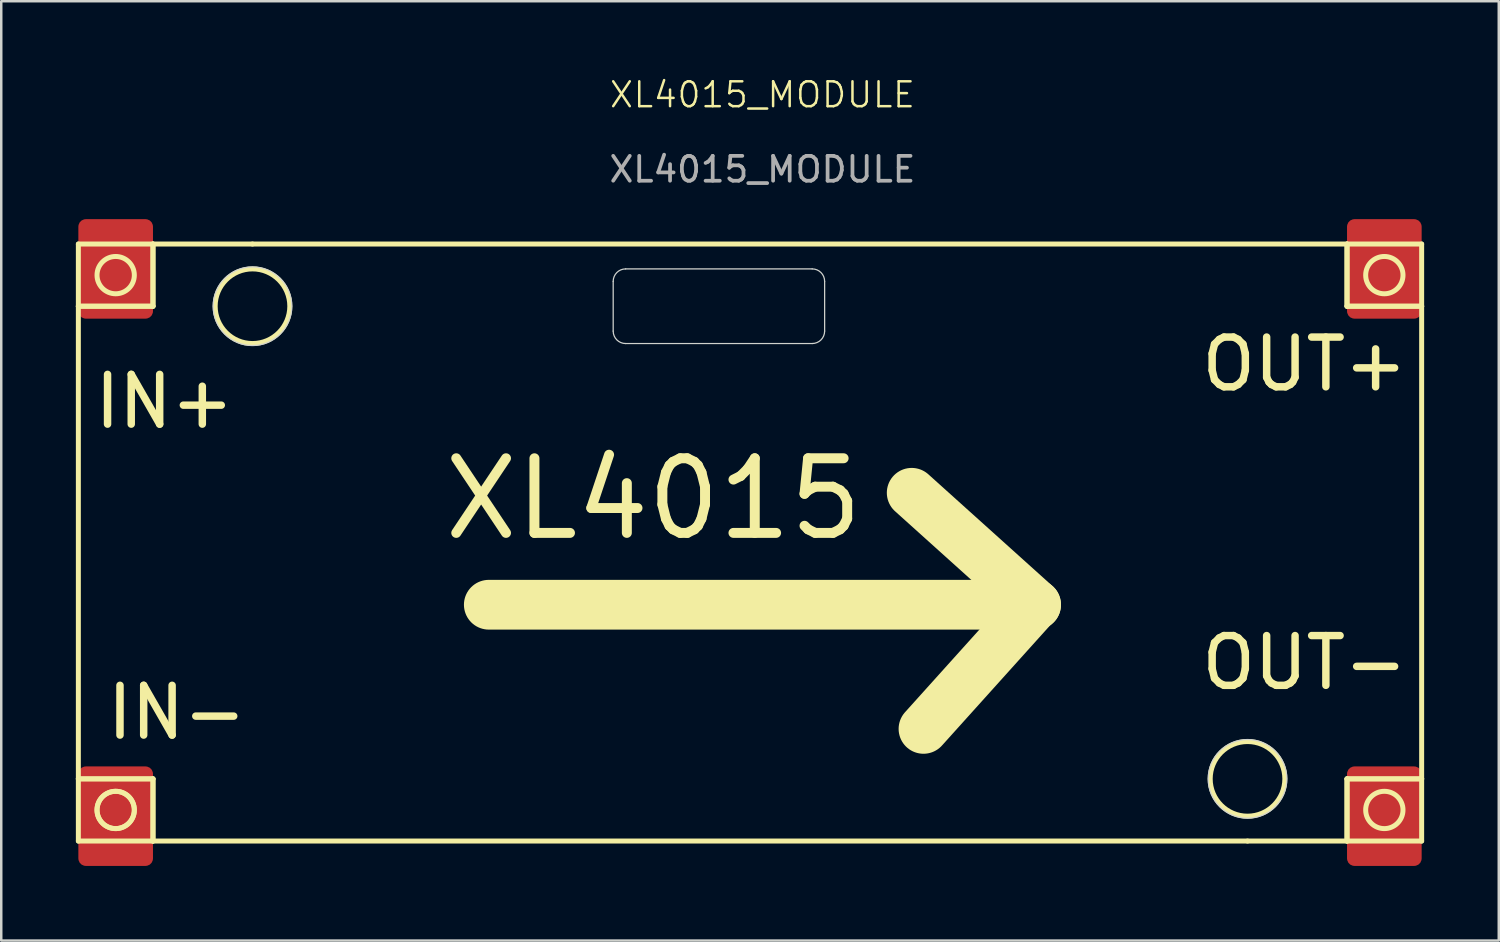
<source format=kicad_pcb>
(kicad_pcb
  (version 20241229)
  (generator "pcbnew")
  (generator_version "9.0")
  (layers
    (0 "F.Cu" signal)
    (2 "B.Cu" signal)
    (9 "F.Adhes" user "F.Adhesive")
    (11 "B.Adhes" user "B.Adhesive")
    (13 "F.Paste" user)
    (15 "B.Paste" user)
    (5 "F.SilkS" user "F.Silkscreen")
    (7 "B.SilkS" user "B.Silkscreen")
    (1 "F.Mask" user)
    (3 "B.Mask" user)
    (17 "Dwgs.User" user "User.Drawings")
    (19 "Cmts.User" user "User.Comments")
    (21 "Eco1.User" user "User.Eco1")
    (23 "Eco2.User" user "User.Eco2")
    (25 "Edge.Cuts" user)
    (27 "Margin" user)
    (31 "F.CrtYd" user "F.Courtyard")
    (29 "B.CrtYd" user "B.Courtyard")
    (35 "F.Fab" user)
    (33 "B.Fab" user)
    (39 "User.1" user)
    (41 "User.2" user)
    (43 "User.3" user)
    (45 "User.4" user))
  (footprint "XL4015_MODULE"
    (layer "F.Cu")
    (at 27.6 1.26)
    (property "Reference" "XL4015_MODULE" (at 0 -0.5 0) (unlocked yes) (layer "F.SilkS") (effects (font (size 1 1) (thickness 0.1))))
    (attr smd)
    (fp_line (start -27.5 5.5) (end -27.5 8) (stroke (width 0.2) (type default)) (layer "F.SilkS"))
    (fp_line (start -27.5 8) (end -27.5 27) (stroke (width 0.2) (type default)) (layer "F.SilkS"))
    (fp_line (start -27.5 8) (end -24.5 8) (stroke (width 0.2) (type default)) (layer "F.SilkS"))
    (fp_line (start -27.5 27) (end -27.5 29.5) (stroke (width 0.2) (type default)) (layer "F.SilkS"))
    (fp_line (start -27.5 27) (end -24.5 27) (stroke (width 0.2) (type default)) (layer "F.SilkS"))
    (fp_line (start -27.5 29.5) (end -24.5 29.5) (stroke (width 0.2) (type default)) (layer "F.SilkS"))
    (fp_line (start -24.5 5.5) (end -27.5 5.5) (stroke (width 0.2) (type default)) (layer "F.SilkS"))
    (fp_line (start -24.5 5.5) (end -24.5 8) (stroke (width 0.2) (type default)) (layer "F.SilkS"))
    (fp_line (start -24.5 8) (end -27.5 8) (stroke (width 0.2) (type default)) (layer "F.SilkS"))
    (fp_line (start -24.5 8) (end -24.5 5.5) (stroke (width 0.2) (type default)) (layer "F.SilkS"))
    (fp_line (start -24.5 27) (end -27.5 27) (stroke (width 0.2) (type default)) (layer "F.SilkS"))
    (fp_line (start -24.5 27) (end -24.5 29.5) (stroke (width 0.2) (type default)) (layer "F.SilkS"))
    (fp_line (start -24.5 29.5) (end -24.5 27) (stroke (width 0.2) (type default)) (layer "F.SilkS"))
    (fp_line (start -24.5 29.5) (end 19.5 29.5) (stroke (width 0.2) (type default)) (layer "F.SilkS"))
    (fp_line (start -20.5 5.5) (end -24.5 5.5) (stroke (width 0.2) (type default)) (layer "F.SilkS"))
    (fp_line (start -11 20) (end 11 20) (stroke (width 2) (type default)) (layer "F.SilkS"))
    (fp_line (start 6.474 24.991) (end 10.974 19.991) (stroke (width 2) (type default)) (layer "F.SilkS"))
    (fp_line (start 11 20) (end 6 15.5) (stroke (width 2) (type default)) (layer "F.SilkS"))
    (fp_line (start 19.5 29.5) (end 23.5 29.5) (stroke (width 0.2) (type default)) (layer "F.SilkS"))
    (fp_line (start 23.5 5.5) (end -20.5 5.5) (stroke (width 0.2) (type default)) (layer "F.SilkS"))
    (fp_line (start 23.5 5.5) (end 23.5 8) (stroke (width 0.2) (type default)) (layer "F.SilkS"))
    (fp_line (start 23.5 8) (end 23.5 5.5) (stroke (width 0.2) (type default)) (layer "F.SilkS"))
    (fp_line (start 23.5 8) (end 26.5 8) (stroke (width 0.2) (type default)) (layer "F.SilkS"))
    (fp_line (start 23.5 27) (end 23.5 29.5) (stroke (width 0.2) (type default)) (layer "F.SilkS"))
    (fp_line (start 23.5 27) (end 26.5 27) (stroke (width 0.2) (type default)) (layer "F.SilkS"))
    (fp_line (start 23.5 29.5) (end 23.5 27) (stroke (width 0.2) (type default)) (layer "F.SilkS"))
    (fp_line (start 23.5 29.5) (end 26.5 29.5) (stroke (width 0.2) (type default)) (layer "F.SilkS"))
    (fp_line (start 26.5 5.5) (end 23.5 5.5) (stroke (width 0.2) (type default)) (layer "F.SilkS"))
    (fp_line (start 26.5 8) (end 23.5 8) (stroke (width 0.2) (type default)) (layer "F.SilkS"))
    (fp_line (start 26.5 8) (end 26.5 5.5) (stroke (width 0.2) (type default)) (layer "F.SilkS"))
    (fp_line (start 26.5 27) (end 23.5 27) (stroke (width 0.2) (type default)) (layer "F.SilkS"))
    (fp_line (start 26.5 27) (end 26.5 8) (stroke (width 0.2) (type default)) (layer "F.SilkS"))
    (fp_line (start 26.5 29.5) (end 26.5 27) (stroke (width 0.2) (type default)) (layer "F.SilkS"))
    (fp_circle (center -26 6.75) (end -25.25 6.75) (stroke (width 0.2) (type default)) (fill no) (layer "F.SilkS"))
    (fp_circle (center -26 28.25) (end -25.25 28.25) (stroke (width 0.2) (type default)) (fill no) (layer "F.SilkS"))
    (fp_circle (center -26 28.25) (end -25.25 28.25) (stroke (width 0.2) (type default)) (fill no) (layer "F.SilkS"))
    (fp_circle (center -20.5 8) (end -19 8) (stroke (width 0.2) (type default)) (fill no) (layer "F.SilkS"))
    (fp_circle (center 19.5 27) (end 21 27) (stroke (width 0.2) (type default)) (fill no) (layer "F.SilkS"))
    (fp_circle (center 25 6.75) (end 25.75 6.75) (stroke (width 0.2) (type default)) (fill no) (layer "F.SilkS"))
    (fp_circle (center 25 28.25) (end 25.75 28.25) (stroke (width 0.2) (type default)) (fill no) (layer "F.SilkS"))
    (fp_line (start -6 9) (end -6 7) (stroke (width 0.05) (type default)) (layer "Edge.Cuts"))
    (fp_line (start -5.5 6.5) (end 2 6.5) (stroke (width 0.05) (type default)) (layer "Edge.Cuts"))
    (fp_line (start 2 9.5) (end -5.5 9.5) (stroke (width 0.05) (type default)) (layer "Edge.Cuts"))
    (fp_line (start 2.5 7) (end 2.5 9) (stroke (width 0.05) (type default)) (layer "Edge.Cuts"))
    (fp_arc (start -6 7) (mid -5.853553 6.646447) (end -5.5 6.5) (stroke (width 0.05) (type default)) (layer "Edge.Cuts"))
    (fp_arc (start -5.5 9.5) (mid -5.853553 9.353553) (end -6 9) (stroke (width 0.05) (type default)) (layer "Edge.Cuts"))
    (fp_arc (start 2 6.5) (mid 2.353553 6.646447) (end 2.5 7) (stroke (width 0.05) (type default)) (layer "Edge.Cuts"))
    (fp_arc (start 2.5 9) (mid 2.353553 9.353553) (end 2 9.5) (stroke (width 0.05) (type default)) (layer "Edge.Cuts"))
    (fp_circle (center -20.5 8) (end -19 8.5) (stroke (width 0.05) (type default)) (fill no) (layer "Edge.Cuts"))
    (fp_circle (center 19.5 27) (end 21 26.5) (stroke (width 0.05) (type default)) (fill no) (layer "Edge.Cuts"))
    (fp_text user "OUT+" (at 17.5 11.5 0) (unlocked yes) (layer "F.SilkS") (effects (font (size 2 2) (thickness 0.3)) (justify left bottom)))
    (fp_text user "OUT-" (at 17.5 23.5 0) (unlocked yes) (layer "F.SilkS") (effects (font (size 2 2) (thickness 0.3)) (justify left bottom)))
    (fp_text user "IN-" (at -26.5 25.5 0) (unlocked yes) (layer "F.SilkS") (effects (font (size 2 2) (thickness 0.3)) (justify left bottom)))
    (fp_text user "XL4015" (at -13 17.5 0) (unlocked yes) (layer "F.SilkS") (effects (font (size 3 3) (thickness 0.4)) (justify left bottom)))
    (fp_text user "IN+" (at -27 13 0) (unlocked yes) (layer "F.SilkS") (effects (font (size 2 2) (thickness 0.3)) (justify left bottom)))
    (fp_text user "${REFERENCE}" (at 0 2.5 0) (unlocked yes) (layer "F.Fab") (effects (font (size 1 1) (thickness 0.15))))
    (pad "1" smd roundrect (at -26 28.25 180) (size 3 4) (drill (offset 0 -0.25)) (layers "F.Cu" "F.Mask" "F.Paste") (roundrect_rratio 0.1))
    (pad "2" smd roundrect (at -26 6.75) (size 3 4) (drill (offset 0 -0.25)) (layers "F.Cu" "F.Mask" "F.Paste") (roundrect_rratio 0.1))
    (pad "3" smd roundrect (at 25 6.75) (size 3 4) (drill (offset 0 -0.25)) (layers "F.Cu" "F.Mask" "F.Paste") (roundrect_rratio 0.1))
    (pad "4" smd roundrect (at 25 28.25 180) (size 3 4) (drill (offset 0 -0.25)) (layers "F.Cu" "F.Mask" "F.Paste") (roundrect_rratio 0.1))
    (zone (net_name "") (layers "F.Cu" "B.Cu" "F.SilkS") (name "nie") (hatch edge 0.5) (connect_pads) (min_thickness 0.25) (filled_areas_thickness no) (keepout (tracks not_allowed) (vias not_allowed) (pads not_allowed) (copperpour not_allowed) (footprints allowed)) (placement (enabled no)) (fill) (polygon (pts (xy 34.6 14.761) (xy 30.1 14.761) (xy 30.1 10.261) (xy 34.6 10.261))))
    (zone (net_name "") (layers "F.Cu" "B.Cu" "F.SilkS") (name "nie") (hatch edge 0.5) (connect_pads) (min_thickness 0.25) (filled_areas_thickness no) (keepout (tracks not_allowed) (vias not_allowed) (pads not_allowed) (copperpour not_allowed) (footprints allowed)) (placement (enabled no)) (fill) (polygon (pts (xy 34.6 22.761) (xy 30.1 22.761) (xy 30.1 18.261) (xy 34.6 18.261)))))
  (gr_rect
    (start -3 -3)
    (end 57.2 34.761)
    (stroke (width 0.1) (type default))
    (fill no)
    (layer "Edge.Cuts")))
</source>
